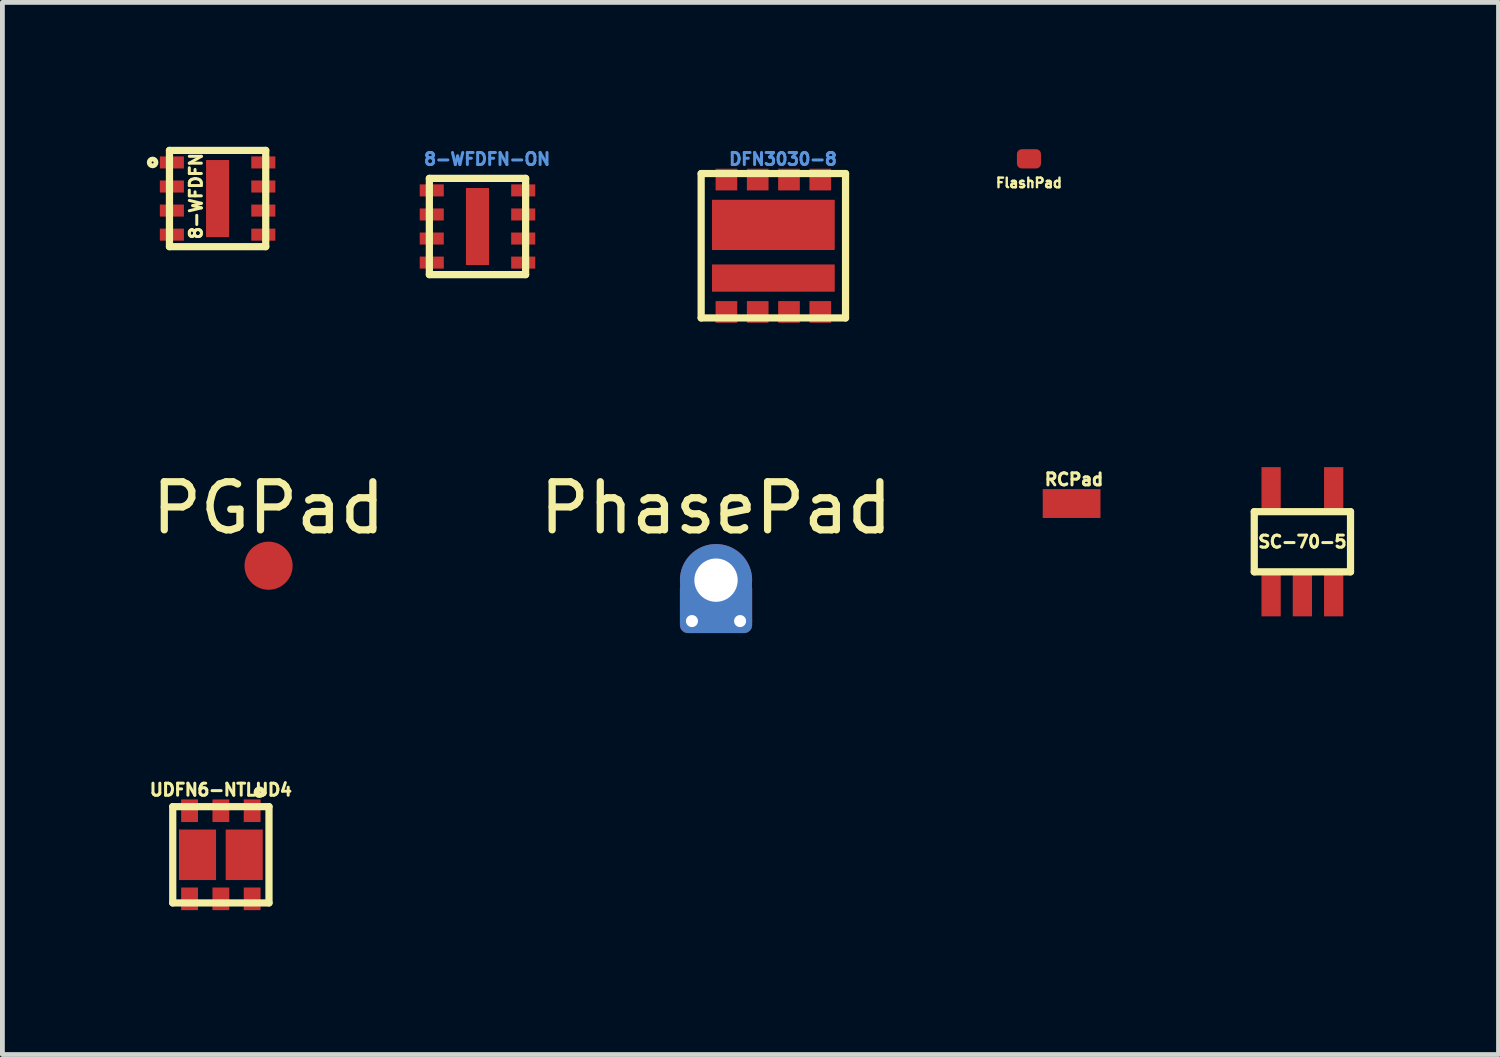
<source format=kicad_pcb>
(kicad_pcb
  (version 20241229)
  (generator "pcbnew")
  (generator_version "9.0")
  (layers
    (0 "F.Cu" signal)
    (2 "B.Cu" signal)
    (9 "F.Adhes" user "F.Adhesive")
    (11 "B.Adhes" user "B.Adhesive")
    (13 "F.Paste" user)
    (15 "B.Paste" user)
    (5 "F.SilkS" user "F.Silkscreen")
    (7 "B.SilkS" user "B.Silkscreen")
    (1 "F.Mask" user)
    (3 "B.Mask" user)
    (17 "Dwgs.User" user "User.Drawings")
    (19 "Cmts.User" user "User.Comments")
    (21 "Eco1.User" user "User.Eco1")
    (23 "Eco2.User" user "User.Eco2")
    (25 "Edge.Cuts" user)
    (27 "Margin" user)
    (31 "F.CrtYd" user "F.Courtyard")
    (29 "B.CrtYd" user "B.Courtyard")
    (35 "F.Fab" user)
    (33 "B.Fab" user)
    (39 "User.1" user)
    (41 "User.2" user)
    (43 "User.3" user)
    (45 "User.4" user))
  (footprint "RCPad"
    (layer "F.Cu")
    (at 19.215 7.412)
    (property "Reference" "RCPad" (at 0.05 -0.5 0) (layer "F.SilkS") (effects (font (size 0.25 0.25) (thickness 0.062))))
    (attr through_hole)
    (pad "~" smd rect (at 0 0) (size 1.2 0.6) (layers "F.Cu" "F.Mask" "F.Paste")))
  (footprint "8-WFDFN"
    (layer "F.Cu")
    (at 1.471 1.075)
    (property "Reference" "8-WFDFN" (at -0.45 -0.05 90) (layer "F.SilkS") (effects (font (size 0.25 0.25) (thickness 0.062))))
    (attr through_hole)
    (fp_line (start -1 -1) (end -1 1) (stroke (width 0.15) (type solid)) (layer "F.SilkS"))
    (fp_line (start -1 1) (end 1 1) (stroke (width 0.15) (type solid)) (layer "F.SilkS"))
    (fp_line (start 1 -1) (end -1 -1) (stroke (width 0.15) (type solid)) (layer "F.SilkS"))
    (fp_line (start 1 1) (end 1 -1) (stroke (width 0.15) (type solid)) (layer "F.SilkS"))
    (fp_circle (center -1.35 -0.75) (end -1.3 -0.7) (stroke (width 0.1) (type solid)) (fill no) (layer "F.SilkS"))
    (pad "1" smd rect (at -0.95 -0.75) (size 0.5 0.25) (layers "F.Cu" "F.Mask" "F.Paste"))
    (pad "2" smd rect (at -0.95 -0.25) (size 0.5 0.25) (layers "F.Cu" "F.Mask" "F.Paste"))
    (pad "3" smd rect (at -0.95 0.25) (size 0.5 0.25) (layers "F.Cu" "F.Mask" "F.Paste"))
    (pad "4" smd rect (at -0.95 0.75) (size 0.5 0.25) (layers "F.Cu" "F.Mask" "F.Paste"))
    (pad "5" smd rect (at 0.95 0.75) (size 0.5 0.25) (layers "F.Cu" "F.Mask" "F.Paste"))
    (pad "6" smd rect (at 0.95 0.25) (size 0.5 0.25) (layers "F.Cu" "F.Mask" "F.Paste"))
    (pad "7" smd rect (at 0.95 -0.25) (size 0.5 0.25) (layers "F.Cu" "F.Mask" "F.Paste"))
    (pad "8" smd rect (at 0.95 -0.75) (size 0.5 0.25) (layers "F.Cu" "F.Mask" "F.Paste"))
    (pad "9" smd rect (at 0 0) (size 0.48 1.6) (layers "F.Cu" "F.Mask" "F.Paste")))
  (footprint "UDFN6-NTLUD4"
    (layer "F.Cu")
    (at 1.539 14.71)
    (property "Reference" "UDFN6-NTLUD4" (at 0 -1.35 0) (layer "F.SilkS") (effects (font (size 0.25 0.25) (thickness 0.062))))
    (attr through_hole)
    (fp_line (start -1 -1) (end 1 -1) (stroke (width 0.15) (type solid)) (layer "F.SilkS"))
    (fp_line (start -1 1) (end -1 -1) (stroke (width 0.15) (type solid)) (layer "F.SilkS"))
    (fp_line (start 1 -1) (end 1 1) (stroke (width 0.15) (type solid)) (layer "F.SilkS"))
    (fp_line (start 1 1) (end -1 1) (stroke (width 0.15) (type solid)) (layer "F.SilkS"))
    (fp_circle (center 0.8 -1.3) (end 0.85 -1.35) (stroke (width 0.1) (type solid)) (fill no) (layer "F.SilkS"))
    (pad "1" smd rect (at 0.65 -0.915) (size 0.35 0.47) (layers "F.Cu" "F.Mask" "F.Paste"))
    (pad "2" smd rect (at 0 -0.915) (size 0.35 0.47) (layers "F.Cu" "F.Mask" "F.Paste"))
    (pad "3" smd rect (at -0.65 -0.915) (size 0.35 0.47) (layers "F.Cu" "F.Mask" "F.Paste"))
    (pad "3" smd rect (at -0.485 0) (size 0.77 1.05) (layers "F.Cu" "F.Mask" "F.Paste"))
    (pad "4" smd rect (at -0.65 0.915) (size 0.35 0.47) (layers "F.Cu" "F.Mask" "F.Paste"))
    (pad "5" smd rect (at 0 0.915) (size 0.35 0.47) (layers "F.Cu" "F.Mask" "F.Paste"))
    (pad "6" smd rect (at 0.485 0) (size 0.77 1.05) (layers "F.Cu" "F.Mask" "F.Paste"))
    (pad "6" smd rect (at 0.65 0.915) (size 0.35 0.47) (layers "F.Cu" "F.Mask" "F.Paste")))
  (footprint "PGPad"
    (layer "F.Cu")
    (at 2.53 8.704)
    (property "Reference" "PGPad" (at 0 -1.2 0) (layer "F.SilkS") (effects (font (size 1 1) (thickness 0.15))))
    (attr through_hole)
    (pad "~" smd circle (at 0 0) (size 1 1) (layers "F.Cu" "F.Mask" "F.Paste")))
  (footprint "DFN3030-8"
    (layer "F.Cu")
    (at 13.018 2.056)
    (property "Reference" "DFN3030-8" (at 0.2 -1.8 0) (layer "Cmts.User") (effects (font (size 0.25 0.25) (thickness 0.062))))
    (attr through_hole)
    (fp_line (start -1.5 -1.5) (end 1.5 -1.5) (stroke (width 0.15) (type solid)) (layer "F.SilkS"))
    (fp_line (start -1.5 1.5) (end -1.5 -1.5) (stroke (width 0.15) (type solid)) (layer "F.SilkS"))
    (fp_line (start 1.5 -1.5) (end 1.5 1.5) (stroke (width 0.15) (type solid)) (layer "F.SilkS"))
    (fp_line (start 1.5 1.5) (end -1.5 1.5) (stroke (width 0.15) (type solid)) (layer "F.SilkS"))
    (pad "1" smd rect (at -0.975 1.375) (size 0.45 0.45) (layers "F.Cu" "F.Mask" "F.Paste"))
    (pad "2" smd rect (at -0.325 1.375) (size 0.45 0.45) (layers "F.Cu" "F.Mask" "F.Paste"))
    (pad "3" smd rect (at 0.325 1.375) (size 0.45 0.45) (layers "F.Cu" "F.Mask" "F.Paste"))
    (pad "4" smd rect (at 0.975 1.375) (size 0.45 0.45) (layers "F.Cu" "F.Mask" "F.Paste"))
    (pad "5" smd rect (at 0.975 -1.375) (size 0.45 0.45) (layers "F.Cu" "F.Mask" "F.Paste"))
    (pad "6" smd rect (at 0.325 -1.375) (size 0.45 0.45) (layers "F.Cu" "F.Mask" "F.Paste"))
    (pad "7" smd rect (at -0.325 -1.375) (size 0.45 0.45) (layers "F.Cu" "F.Mask" "F.Paste"))
    (pad "8" smd rect (at -0.975 -1.375) (size 0.45 0.45) (layers "F.Cu" "F.Mask" "F.Paste"))
    (pad "9" smd rect (at 0 0.672) (size 2.55 0.566) (layers "F.Cu" "F.Mask" "F.Paste"))
    (pad "10" smd rect (at 0 -0.433) (size 2.55 1.044) (layers "F.Cu" "F.Mask" "F.Paste")))
  (footprint "8-WFDFN-ON"
    (layer "F.Cu")
    (at 6.871 1.656)
    (property "Reference" "8-WFDFN-ON" (at 0.2 -1.4 0) (layer "Cmts.User") (effects (font (size 0.25 0.25) (thickness 0.062))))
    (attr through_hole)
    (fp_line (start -1 -1) (end -1 1) (stroke (width 0.15) (type solid)) (layer "F.SilkS"))
    (fp_line (start -1 1) (end 1 1) (stroke (width 0.15) (type solid)) (layer "F.SilkS"))
    (fp_line (start 1 -1) (end -1 -1) (stroke (width 0.15) (type solid)) (layer "F.SilkS"))
    (fp_line (start 1 1) (end 1 -1) (stroke (width 0.15) (type solid)) (layer "F.SilkS"))
    (pad "1" smd rect (at -0.95 -0.75) (size 0.5 0.25) (layers "F.Cu" "F.Mask" "F.Paste"))
    (pad "2" smd rect (at -0.95 -0.25) (size 0.5 0.25) (layers "F.Cu" "F.Mask" "F.Paste"))
    (pad "3" smd rect (at -0.95 0.25) (size 0.5 0.25) (layers "F.Cu" "F.Mask" "F.Paste"))
    (pad "4" smd rect (at -0.95 0.75) (size 0.5 0.25) (layers "F.Cu" "F.Mask" "F.Paste"))
    (pad "5" smd rect (at 0.95 0.75) (size 0.5 0.25) (layers "F.Cu" "F.Mask" "F.Paste"))
    (pad "6" smd rect (at 0.95 0.25) (size 0.5 0.25) (layers "F.Cu" "F.Mask" "F.Paste"))
    (pad "7" smd rect (at 0.95 -0.25) (size 0.5 0.25) (layers "F.Cu" "F.Mask" "F.Paste"))
    (pad "8" smd rect (at 0.95 -0.75) (size 0.5 0.25) (layers "F.Cu" "F.Mask" "F.Paste"))
    (pad "9" smd rect (at 0 0) (size 0.48 1.6) (layers "F.Cu" "F.Mask" "F.Paste")))
  (footprint "PhasePad"
    (layer "F.Cu")
    (at 11.827 9.704)
    (property "Reference" "PhasePad" (at 0 -2.2 0) (layer "F.SilkS") (effects (font (size 1 1) (thickness 0.15))))
    (attr through_hole)
    (pad "~" thru_hole circle (at -0.5 0.15) (size 0.5 0.5) (drill 0.25) (layers "*.Cu" "*.Mask"))
    (pad "~" thru_hole circle (at 0 -0.7) (size 1.5 1.5) (drill 0.9) (layers "*.Cu" "*.Mask"))
    (pad "~" smd roundrect (at 0 -0.15) (size 1.5 1.1) (layers "F.Cu" "F.Mask") (roundrect_rratio 0.15))
    (pad "~" smd roundrect (at 0 -0.15) (size 1.5 1.1) (layers "B.Cu" "B.Mask") (roundrect_rratio 0.15))
    (pad "~" thru_hole circle (at 0.5 0.15) (size 0.5 0.5) (drill 0.25) (layers "*.Cu" "*.Mask")))
  (footprint "FlashPad"
    (layer "F.Cu")
    (at 18.329 0.25)
    (property "Reference" "FlashPad" (at 0 0.5 0) (layer "F.SilkS") (effects (font (size 0.2 0.2) (thickness 0.05))))
    (attr through_hole)
    (pad "~" smd roundrect (at 0 0) (size 0.5 0.4) (layers "F.Cu" "F.Mask") (roundrect_rratio 0.25)))
  (footprint "SC-70-5"
    (layer "F.Cu")
    (at 24.01 8.206)
    (property "Reference" "SC-70-5" (at 0 0 0) (layer "F.SilkS") (effects (font (size 0.25 0.25) (thickness 0.062))))
    (attr through_hole)
    (fp_line (start -1 -0.625) (end 1 -0.625) (stroke (width 0.15) (type solid)) (layer "F.SilkS"))
    (fp_line (start -1 0.625) (end -1 -0.625) (stroke (width 0.15) (type solid)) (layer "F.SilkS"))
    (fp_line (start -1 0.625) (end 1 0.625) (stroke (width 0.15) (type solid)) (layer "F.SilkS"))
    (fp_line (start 1 0.625) (end 1 -0.625) (stroke (width 0.15) (type solid)) (layer "F.SilkS"))
    (pad "1" smd rect (at -0.65 1.1) (size 0.4 0.9) (layers "F.Cu" "F.Mask" "F.Paste"))
    (pad "2" smd rect (at 0 1.1) (size 0.4 0.9) (layers "F.Cu" "F.Mask" "F.Paste"))
    (pad "3" smd rect (at 0.65 1.1) (size 0.4 0.9) (layers "F.Cu" "F.Mask" "F.Paste"))
    (pad "4" smd rect (at 0.65 -1.1) (size 0.4 0.9) (layers "F.Cu" "F.Mask" "F.Paste"))
    (pad "5" smd rect (at -0.65 -1.1) (size 0.4 0.9) (layers "F.Cu" "F.Mask" "F.Paste")))
  (gr_rect
    (start -3 -3)
    (end 28.085 18.86)
    (stroke (width 0.1) (type default))
    (fill no)
    (layer "Edge.Cuts")))
</source>
